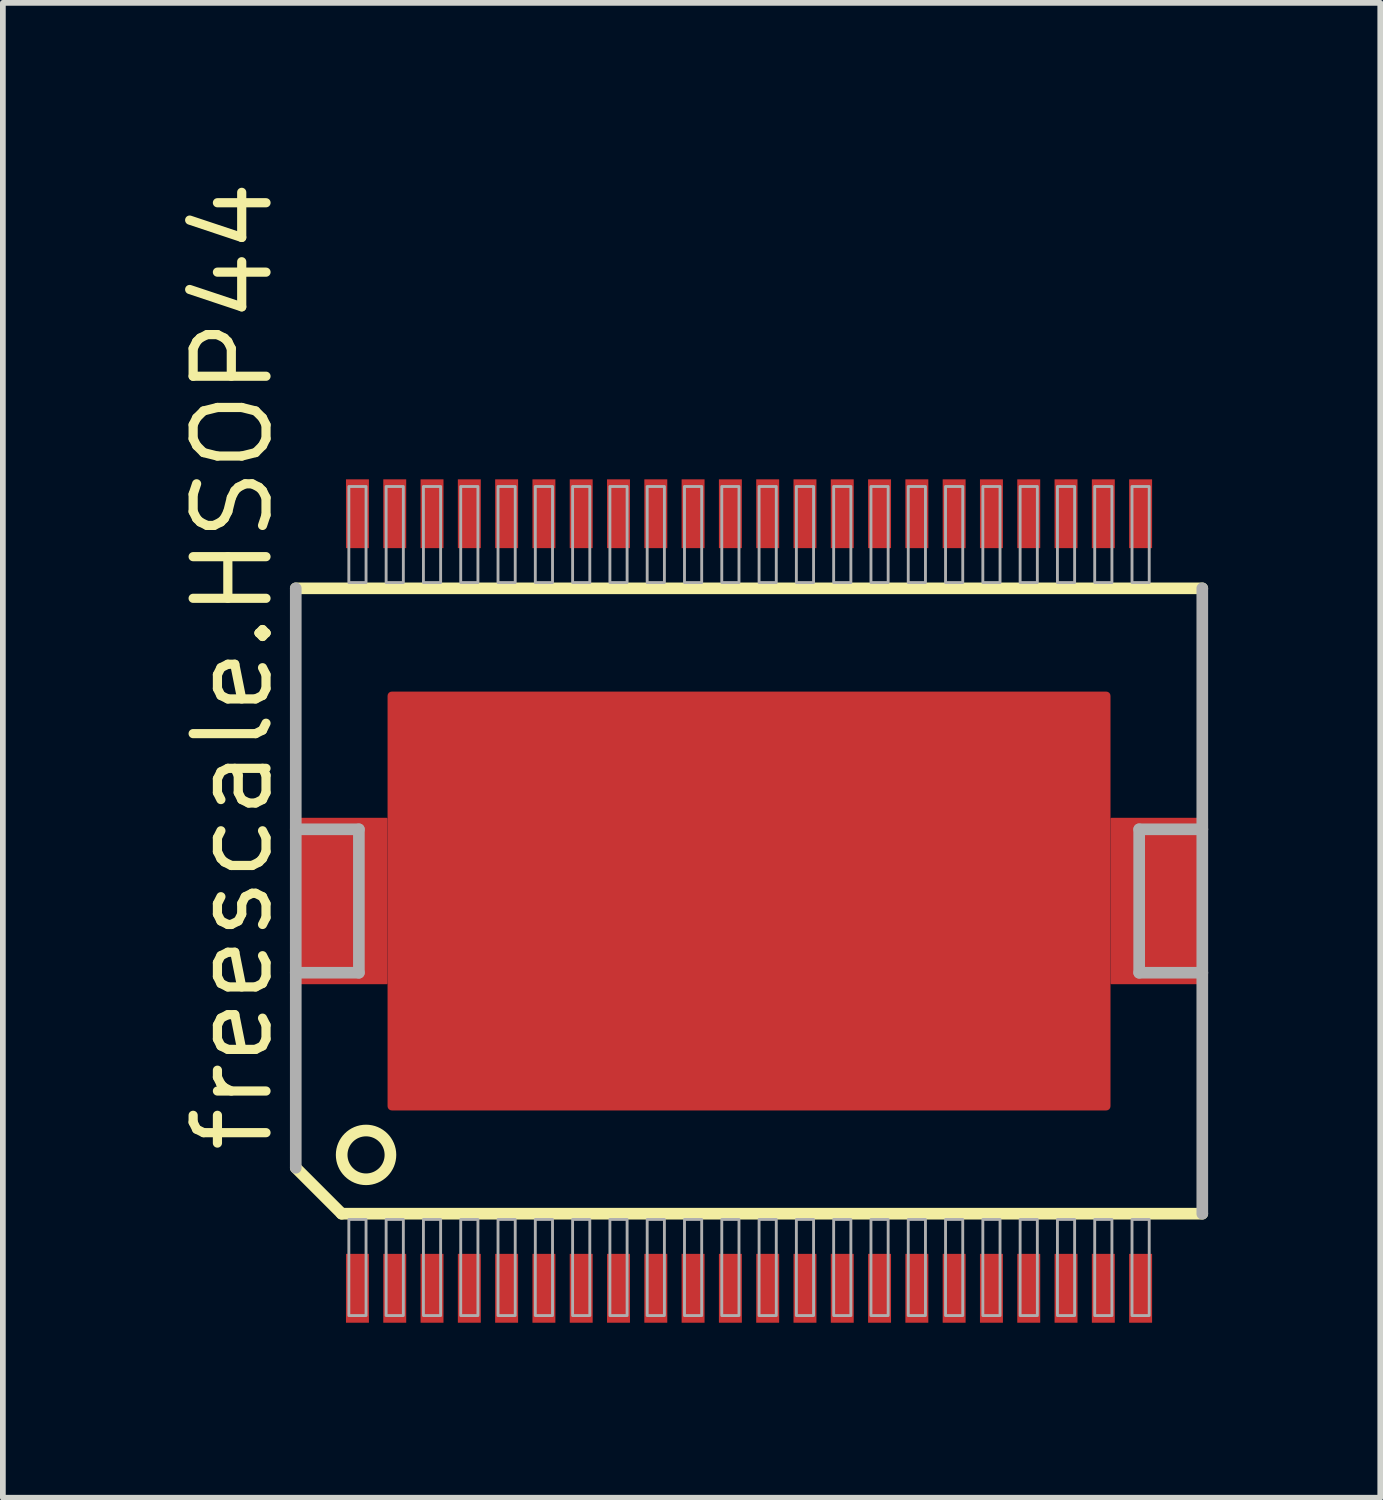
<source format=kicad_pcb>
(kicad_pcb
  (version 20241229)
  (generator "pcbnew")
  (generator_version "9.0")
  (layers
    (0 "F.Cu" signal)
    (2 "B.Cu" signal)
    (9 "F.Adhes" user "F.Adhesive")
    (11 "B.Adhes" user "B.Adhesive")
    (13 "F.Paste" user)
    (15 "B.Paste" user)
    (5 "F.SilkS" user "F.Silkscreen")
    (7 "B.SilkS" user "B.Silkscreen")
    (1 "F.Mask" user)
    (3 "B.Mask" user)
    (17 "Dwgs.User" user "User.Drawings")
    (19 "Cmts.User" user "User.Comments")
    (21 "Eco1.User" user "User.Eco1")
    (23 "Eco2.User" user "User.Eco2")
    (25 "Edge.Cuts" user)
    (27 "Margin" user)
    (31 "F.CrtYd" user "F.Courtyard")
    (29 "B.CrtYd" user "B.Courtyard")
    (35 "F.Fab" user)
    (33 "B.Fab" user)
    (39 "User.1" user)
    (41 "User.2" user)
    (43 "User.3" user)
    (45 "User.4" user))
  (footprint "freescale.HSOP44"
    (layer "F.Cu")
    (at 10.005 12.654)
    (property "Reference" "freescale.HSOP44" (at -8.255 4.445 90) (layer "F.SilkS") (effects (font (size 1.27 1.27) (thickness 0.16)) (justify left bottom)))
    (attr smd)
    (fp_rect (start -7.05 -6.125) (end -6.6 -7.375) (stroke (width 0.05) (type default)) (fill yes) (layer "F.Mask"))
    (fp_rect (start -7.05 7.375) (end -6.6 6.125) (stroke (width 0.05) (type default)) (fill yes) (layer "F.Mask"))
    (fp_rect (start -6.4 -6.125) (end -5.95 -7.375) (stroke (width 0.05) (type default)) (fill yes) (layer "F.Mask"))
    (fp_rect (start -6.4 7.375) (end -5.95 6.125) (stroke (width 0.05) (type default)) (fill yes) (layer "F.Mask"))
    (fp_rect (start -5.75 -6.125) (end -5.3 -7.375) (stroke (width 0.05) (type default)) (fill yes) (layer "F.Mask"))
    (fp_rect (start -5.75 7.375) (end -5.3 6.125) (stroke (width 0.05) (type default)) (fill yes) (layer "F.Mask"))
    (fp_rect (start -5.1 -6.125) (end -4.65 -7.375) (stroke (width 0.05) (type default)) (fill yes) (layer "F.Mask"))
    (fp_rect (start -5.1 7.375) (end -4.65 6.125) (stroke (width 0.05) (type default)) (fill yes) (layer "F.Mask"))
    (fp_rect (start -4.45 -6.125) (end -4 -7.375) (stroke (width 0.05) (type default)) (fill yes) (layer "F.Mask"))
    (fp_rect (start -4.45 7.375) (end -4 6.125) (stroke (width 0.05) (type default)) (fill yes) (layer "F.Mask"))
    (fp_rect (start -3.8 -6.125) (end -3.35 -7.375) (stroke (width 0.05) (type default)) (fill yes) (layer "F.Mask"))
    (fp_rect (start -3.8 7.375) (end -3.35 6.125) (stroke (width 0.05) (type default)) (fill yes) (layer "F.Mask"))
    (fp_rect (start -3.15 -6.125) (end -2.7 -7.375) (stroke (width 0.05) (type default)) (fill yes) (layer "F.Mask"))
    (fp_rect (start -3.15 7.375) (end -2.7 6.125) (stroke (width 0.05) (type default)) (fill yes) (layer "F.Mask"))
    (fp_rect (start -2.5 -6.125) (end -2.05 -7.375) (stroke (width 0.05) (type default)) (fill yes) (layer "F.Mask"))
    (fp_rect (start -2.5 7.375) (end -2.05 6.125) (stroke (width 0.05) (type default)) (fill yes) (layer "F.Mask"))
    (fp_rect (start -1.85 -6.125) (end -1.4 -7.375) (stroke (width 0.05) (type default)) (fill yes) (layer "F.Mask"))
    (fp_rect (start -1.85 7.375) (end -1.4 6.125) (stroke (width 0.05) (type default)) (fill yes) (layer "F.Mask"))
    (fp_rect (start -1.2 -6.125) (end -0.75 -7.375) (stroke (width 0.05) (type default)) (fill yes) (layer "F.Mask"))
    (fp_rect (start -1.2 7.375) (end -0.75 6.125) (stroke (width 0.05) (type default)) (fill yes) (layer "F.Mask"))
    (fp_rect (start -0.55 -6.125) (end -0.1 -7.375) (stroke (width 0.05) (type default)) (fill yes) (layer "F.Mask"))
    (fp_rect (start -0.55 7.375) (end -0.1 6.125) (stroke (width 0.05) (type default)) (fill yes) (layer "F.Mask"))
    (fp_rect (start 0.1 -6.125) (end 0.55 -7.375) (stroke (width 0.05) (type default)) (fill yes) (layer "F.Mask"))
    (fp_rect (start 0.1 7.375) (end 0.55 6.125) (stroke (width 0.05) (type default)) (fill yes) (layer "F.Mask"))
    (fp_rect (start 0.75 -6.125) (end 1.2 -7.375) (stroke (width 0.05) (type default)) (fill yes) (layer "F.Mask"))
    (fp_rect (start 0.75 7.375) (end 1.2 6.125) (stroke (width 0.05) (type default)) (fill yes) (layer "F.Mask"))
    (fp_rect (start 1.4 -6.125) (end 1.85 -7.375) (stroke (width 0.05) (type default)) (fill yes) (layer "F.Mask"))
    (fp_rect (start 1.4 7.375) (end 1.85 6.125) (stroke (width 0.05) (type default)) (fill yes) (layer "F.Mask"))
    (fp_rect (start 2.05 -6.125) (end 2.5 -7.375) (stroke (width 0.05) (type default)) (fill yes) (layer "F.Mask"))
    (fp_rect (start 2.05 7.375) (end 2.5 6.125) (stroke (width 0.05) (type default)) (fill yes) (layer "F.Mask"))
    (fp_rect (start 2.7 -6.125) (end 3.15 -7.375) (stroke (width 0.05) (type default)) (fill yes) (layer "F.Mask"))
    (fp_rect (start 2.7 7.375) (end 3.15 6.125) (stroke (width 0.05) (type default)) (fill yes) (layer "F.Mask"))
    (fp_rect (start 3.35 -6.125) (end 3.8 -7.375) (stroke (width 0.05) (type default)) (fill yes) (layer "F.Mask"))
    (fp_rect (start 3.35 7.375) (end 3.8 6.125) (stroke (width 0.05) (type default)) (fill yes) (layer "F.Mask"))
    (fp_rect (start 4 -6.125) (end 4.45 -7.375) (stroke (width 0.05) (type default)) (fill yes) (layer "F.Mask"))
    (fp_rect (start 4 7.375) (end 4.45 6.125) (stroke (width 0.05) (type default)) (fill yes) (layer "F.Mask"))
    (fp_rect (start 4.65 -6.125) (end 5.1 -7.375) (stroke (width 0.05) (type default)) (fill yes) (layer "F.Mask"))
    (fp_rect (start 4.65 7.375) (end 5.1 6.125) (stroke (width 0.05) (type default)) (fill yes) (layer "F.Mask"))
    (fp_rect (start 5.3 -6.125) (end 5.75 -7.375) (stroke (width 0.05) (type default)) (fill yes) (layer "F.Mask"))
    (fp_rect (start 5.3 7.375) (end 5.75 6.125) (stroke (width 0.05) (type default)) (fill yes) (layer "F.Mask"))
    (fp_rect (start 5.95 -6.125) (end 6.4 -7.375) (stroke (width 0.05) (type default)) (fill yes) (layer "F.Mask"))
    (fp_rect (start 5.95 7.375) (end 6.4 6.125) (stroke (width 0.05) (type default)) (fill yes) (layer "F.Mask"))
    (fp_rect (start 6.6 -6.125) (end 7.05 -7.375) (stroke (width 0.05) (type default)) (fill yes) (layer "F.Mask"))
    (fp_rect (start 6.6 7.375) (end 7.05 6.125) (stroke (width 0.05) (type default)) (fill yes) (layer "F.Mask"))
    (fp_line (start -7.9 -5.45) (end 7.9 -5.45) (stroke (width 0.203) (type default)) (layer "F.SilkS"))
    (fp_line (start -7.1 5.45) (end -7.9 4.65) (stroke (width 0.203) (type default)) (layer "F.SilkS"))
    (fp_line (start 7.9 5.45) (end -7.1 5.45) (stroke (width 0.203) (type default)) (layer "F.SilkS"))
    (fp_circle (center -6.675 4.425) (end -6.25 4.425) (stroke (width 0.203) (type default)) (fill no) (layer "F.SilkS"))
    (fp_line (start -7.9 -1.25) (end -7.9 -5.45) (stroke (width 0.203) (type default)) (layer "F.Fab"))
    (fp_line (start -7.9 1.25) (end -7.9 -1.25) (stroke (width 0.203) (type default)) (layer "F.Fab"))
    (fp_line (start -7.9 1.25) (end -6.8 1.25) (stroke (width 0.203) (type default)) (layer "F.Fab"))
    (fp_line (start -7.9 4.65) (end -7.9 1.25) (stroke (width 0.203) (type default)) (layer "F.Fab"))
    (fp_line (start -6.8 -1.25) (end -7.9 -1.25) (stroke (width 0.203) (type default)) (layer "F.Fab"))
    (fp_line (start -6.8 1.25) (end -6.8 -1.25) (stroke (width 0.203) (type default)) (layer "F.Fab"))
    (fp_line (start 6.8 -1.25) (end 6.8 1.25) (stroke (width 0.203) (type default)) (layer "F.Fab"))
    (fp_line (start 6.8 1.25) (end 7.9 1.25) (stroke (width 0.203) (type default)) (layer "F.Fab"))
    (fp_line (start 7.9 -5.45) (end 7.9 -1.25) (stroke (width 0.203) (type default)) (layer "F.Fab"))
    (fp_line (start 7.9 -1.25) (end 6.8 -1.25) (stroke (width 0.203) (type default)) (layer "F.Fab"))
    (fp_line (start 7.9 -1.25) (end 7.9 1.25) (stroke (width 0.203) (type default)) (layer "F.Fab"))
    (fp_line (start 7.9 1.25) (end 7.9 5.45) (stroke (width 0.203) (type default)) (layer "F.Fab"))
    (fp_rect (start -6.975 -5.55) (end -6.675 -7.225) (stroke (width 0.05) (type default)) (fill no) (layer "F.Fab"))
    (fp_rect (start -6.975 7.225) (end -6.675 5.55) (stroke (width 0.05) (type default)) (fill no) (layer "F.Fab"))
    (fp_rect (start -6.325 -5.55) (end -6.025 -7.225) (stroke (width 0.05) (type default)) (fill no) (layer "F.Fab"))
    (fp_rect (start -6.325 7.225) (end -6.025 5.55) (stroke (width 0.05) (type default)) (fill no) (layer "F.Fab"))
    (fp_rect (start -5.675 -5.55) (end -5.375 -7.225) (stroke (width 0.05) (type default)) (fill no) (layer "F.Fab"))
    (fp_rect (start -5.675 7.225) (end -5.375 5.55) (stroke (width 0.05) (type default)) (fill no) (layer "F.Fab"))
    (fp_rect (start -5.025 -5.55) (end -4.725 -7.225) (stroke (width 0.05) (type default)) (fill no) (layer "F.Fab"))
    (fp_rect (start -5.025 7.225) (end -4.725 5.55) (stroke (width 0.05) (type default)) (fill no) (layer "F.Fab"))
    (fp_rect (start -4.375 -5.55) (end -4.075 -7.225) (stroke (width 0.05) (type default)) (fill no) (layer "F.Fab"))
    (fp_rect (start -4.375 7.225) (end -4.075 5.55) (stroke (width 0.05) (type default)) (fill no) (layer "F.Fab"))
    (fp_rect (start -3.725 -5.55) (end -3.425 -7.225) (stroke (width 0.05) (type default)) (fill no) (layer "F.Fab"))
    (fp_rect (start -3.725 7.225) (end -3.425 5.55) (stroke (width 0.05) (type default)) (fill no) (layer "F.Fab"))
    (fp_rect (start -3.075 -5.55) (end -2.775 -7.225) (stroke (width 0.05) (type default)) (fill no) (layer "F.Fab"))
    (fp_rect (start -3.075 7.225) (end -2.775 5.55) (stroke (width 0.05) (type default)) (fill no) (layer "F.Fab"))
    (fp_rect (start -2.425 -5.55) (end -2.125 -7.225) (stroke (width 0.05) (type default)) (fill no) (layer "F.Fab"))
    (fp_rect (start -2.425 7.225) (end -2.125 5.55) (stroke (width 0.05) (type default)) (fill no) (layer "F.Fab"))
    (fp_rect (start -1.775 -5.55) (end -1.475 -7.225) (stroke (width 0.05) (type default)) (fill no) (layer "F.Fab"))
    (fp_rect (start -1.775 7.225) (end -1.475 5.55) (stroke (width 0.05) (type default)) (fill no) (layer "F.Fab"))
    (fp_rect (start -1.125 -5.55) (end -0.825 -7.225) (stroke (width 0.05) (type default)) (fill no) (layer "F.Fab"))
    (fp_rect (start -1.125 7.225) (end -0.825 5.55) (stroke (width 0.05) (type default)) (fill no) (layer "F.Fab"))
    (fp_rect (start -0.475 -5.55) (end -0.175 -7.225) (stroke (width 0.05) (type default)) (fill no) (layer "F.Fab"))
    (fp_rect (start -0.475 7.225) (end -0.175 5.55) (stroke (width 0.05) (type default)) (fill no) (layer "F.Fab"))
    (fp_rect (start 0.175 -5.55) (end 0.475 -7.225) (stroke (width 0.05) (type default)) (fill no) (layer "F.Fab"))
    (fp_rect (start 0.175 7.225) (end 0.475 5.55) (stroke (width 0.05) (type default)) (fill no) (layer "F.Fab"))
    (fp_rect (start 0.825 -5.55) (end 1.125 -7.225) (stroke (width 0.05) (type default)) (fill no) (layer "F.Fab"))
    (fp_rect (start 0.825 7.225) (end 1.125 5.55) (stroke (width 0.05) (type default)) (fill no) (layer "F.Fab"))
    (fp_rect (start 1.475 -5.55) (end 1.775 -7.225) (stroke (width 0.05) (type default)) (fill no) (layer "F.Fab"))
    (fp_rect (start 1.475 7.225) (end 1.775 5.55) (stroke (width 0.05) (type default)) (fill no) (layer "F.Fab"))
    (fp_rect (start 2.125 -5.55) (end 2.425 -7.225) (stroke (width 0.05) (type default)) (fill no) (layer "F.Fab"))
    (fp_rect (start 2.125 7.225) (end 2.425 5.55) (stroke (width 0.05) (type default)) (fill no) (layer "F.Fab"))
    (fp_rect (start 2.775 -5.55) (end 3.075 -7.225) (stroke (width 0.05) (type default)) (fill no) (layer "F.Fab"))
    (fp_rect (start 2.775 7.225) (end 3.075 5.55) (stroke (width 0.05) (type default)) (fill no) (layer "F.Fab"))
    (fp_rect (start 3.425 -5.55) (end 3.725 -7.225) (stroke (width 0.05) (type default)) (fill no) (layer "F.Fab"))
    (fp_rect (start 3.425 7.225) (end 3.725 5.55) (stroke (width 0.05) (type default)) (fill no) (layer "F.Fab"))
    (fp_rect (start 4.075 -5.55) (end 4.375 -7.225) (stroke (width 0.05) (type default)) (fill no) (layer "F.Fab"))
    (fp_rect (start 4.075 7.225) (end 4.375 5.55) (stroke (width 0.05) (type default)) (fill no) (layer "F.Fab"))
    (fp_rect (start 4.725 -5.55) (end 5.025 -7.225) (stroke (width 0.05) (type default)) (fill no) (layer "F.Fab"))
    (fp_rect (start 4.725 7.225) (end 5.025 5.55) (stroke (width 0.05) (type default)) (fill no) (layer "F.Fab"))
    (fp_rect (start 5.375 -5.55) (end 5.675 -7.225) (stroke (width 0.05) (type default)) (fill no) (layer "F.Fab"))
    (fp_rect (start 5.375 7.225) (end 5.675 5.55) (stroke (width 0.05) (type default)) (fill no) (layer "F.Fab"))
    (fp_rect (start 6.025 -5.55) (end 6.325 -7.225) (stroke (width 0.05) (type default)) (fill no) (layer "F.Fab"))
    (fp_rect (start 6.025 7.225) (end 6.325 5.55) (stroke (width 0.05) (type default)) (fill no) (layer "F.Fab"))
    (fp_rect (start 6.675 -5.55) (end 6.975 -7.225) (stroke (width 0.05) (type default)) (fill no) (layer "F.Fab"))
    (fp_rect (start 6.675 7.225) (end 6.975 5.55) (stroke (width 0.05) (type default)) (fill no) (layer "F.Fab"))
    (pad "1" smd roundrect (at -6.825 6.75 90) (size 1.2 0.4) (layers "F.Cu" "F.Mask" "F.Paste") (roundrect_rratio 0.01))
    (pad "2" smd roundrect (at -6.175 6.75 90) (size 1.2 0.4) (layers "F.Cu" "F.Mask" "F.Paste") (roundrect_rratio 0.01))
    (pad "3" smd roundrect (at -5.525 6.75 90) (size 1.2 0.4) (layers "F.Cu" "F.Mask" "F.Paste") (roundrect_rratio 0.01))
    (pad "4" smd roundrect (at -4.875 6.75 90) (size 1.2 0.4) (layers "F.Cu" "F.Mask" "F.Paste") (roundrect_rratio 0.01))
    (pad "5" smd roundrect (at -4.225 6.75 90) (size 1.2 0.4) (layers "F.Cu" "F.Mask" "F.Paste") (roundrect_rratio 0.01))
    (pad "6" smd roundrect (at -3.575 6.75 90) (size 1.2 0.4) (layers "F.Cu" "F.Mask" "F.Paste") (roundrect_rratio 0.01))
    (pad "7" smd roundrect (at -2.925 6.75 90) (size 1.2 0.4) (layers "F.Cu" "F.Mask" "F.Paste") (roundrect_rratio 0.01))
    (pad "8" smd roundrect (at -2.275 6.75 90) (size 1.2 0.4) (layers "F.Cu" "F.Mask" "F.Paste") (roundrect_rratio 0.01))
    (pad "9" smd roundrect (at -1.625 6.75 90) (size 1.2 0.4) (layers "F.Cu" "F.Mask" "F.Paste") (roundrect_rratio 0.01))
    (pad "10" smd roundrect (at -0.975 6.75 90) (size 1.2 0.4) (layers "F.Cu" "F.Mask" "F.Paste") (roundrect_rratio 0.01))
    (pad "11" smd roundrect (at -0.325 6.75 90) (size 1.2 0.4) (layers "F.Cu" "F.Mask" "F.Paste") (roundrect_rratio 0.01))
    (pad "12" smd roundrect (at 0.325 6.75 90) (size 1.2 0.4) (layers "F.Cu" "F.Mask" "F.Paste") (roundrect_rratio 0.01))
    (pad "13" smd roundrect (at 0.975 6.75 90) (size 1.2 0.4) (layers "F.Cu" "F.Mask" "F.Paste") (roundrect_rratio 0.01))
    (pad "14" smd roundrect (at 1.625 6.75 90) (size 1.2 0.4) (layers "F.Cu" "F.Mask" "F.Paste") (roundrect_rratio 0.01))
    (pad "15" smd roundrect (at 2.275 6.75 90) (size 1.2 0.4) (layers "F.Cu" "F.Mask" "F.Paste") (roundrect_rratio 0.01))
    (pad "16" smd roundrect (at 2.925 6.75 90) (size 1.2 0.4) (layers "F.Cu" "F.Mask" "F.Paste") (roundrect_rratio 0.01))
    (pad "17" smd roundrect (at 3.575 6.75 90) (size 1.2 0.4) (layers "F.Cu" "F.Mask" "F.Paste") (roundrect_rratio 0.01))
    (pad "18" smd roundrect (at 4.225 6.75 90) (size 1.2 0.4) (layers "F.Cu" "F.Mask" "F.Paste") (roundrect_rratio 0.01))
    (pad "19" smd roundrect (at 4.875 6.75 90) (size 1.2 0.4) (layers "F.Cu" "F.Mask" "F.Paste") (roundrect_rratio 0.01))
    (pad "20" smd roundrect (at 5.525 6.75 90) (size 1.2 0.4) (layers "F.Cu" "F.Mask" "F.Paste") (roundrect_rratio 0.01))
    (pad "21" smd roundrect (at 6.175 6.75 90) (size 1.2 0.4) (layers "F.Cu" "F.Mask" "F.Paste") (roundrect_rratio 0.01))
    (pad "22" smd roundrect (at 6.825 6.75 90) (size 1.2 0.4) (layers "F.Cu" "F.Mask" "F.Paste") (roundrect_rratio 0.01))
    (pad "23" smd roundrect (at 6.825 -6.75 270) (size 1.2 0.4) (layers "F.Cu" "F.Mask" "F.Paste") (roundrect_rratio 0.01))
    (pad "24" smd roundrect (at 6.175 -6.75 270) (size 1.2 0.4) (layers "F.Cu" "F.Mask" "F.Paste") (roundrect_rratio 0.01))
    (pad "25" smd roundrect (at 5.525 -6.75 270) (size 1.2 0.4) (layers "F.Cu" "F.Mask" "F.Paste") (roundrect_rratio 0.01))
    (pad "26" smd roundrect (at 4.875 -6.75 270) (size 1.2 0.4) (layers "F.Cu" "F.Mask" "F.Paste") (roundrect_rratio 0.01))
    (pad "27" smd roundrect (at 4.225 -6.75 270) (size 1.2 0.4) (layers "F.Cu" "F.Mask" "F.Paste") (roundrect_rratio 0.01))
    (pad "28" smd roundrect (at 3.575 -6.75 270) (size 1.2 0.4) (layers "F.Cu" "F.Mask" "F.Paste") (roundrect_rratio 0.01))
    (pad "29" smd roundrect (at 2.925 -6.75 270) (size 1.2 0.4) (layers "F.Cu" "F.Mask" "F.Paste") (roundrect_rratio 0.01))
    (pad "30" smd roundrect (at 2.275 -6.75 270) (size 1.2 0.4) (layers "F.Cu" "F.Mask" "F.Paste") (roundrect_rratio 0.01))
    (pad "31" smd roundrect (at 1.625 -6.75 270) (size 1.2 0.4) (layers "F.Cu" "F.Mask" "F.Paste") (roundrect_rratio 0.01))
    (pad "32" smd roundrect (at 0.975 -6.75 270) (size 1.2 0.4) (layers "F.Cu" "F.Mask" "F.Paste") (roundrect_rratio 0.01))
    (pad "33" smd roundrect (at 0.325 -6.75 270) (size 1.2 0.4) (layers "F.Cu" "F.Mask" "F.Paste") (roundrect_rratio 0.01))
    (pad "34" smd roundrect (at -0.325 -6.75 270) (size 1.2 0.4) (layers "F.Cu" "F.Mask" "F.Paste") (roundrect_rratio 0.01))
    (pad "35" smd roundrect (at -0.975 -6.75 270) (size 1.2 0.4) (layers "F.Cu" "F.Mask" "F.Paste") (roundrect_rratio 0.01))
    (pad "36" smd roundrect (at -1.625 -6.75 270) (size 1.2 0.4) (layers "F.Cu" "F.Mask" "F.Paste") (roundrect_rratio 0.01))
    (pad "37" smd roundrect (at -2.275 -6.75 270) (size 1.2 0.4) (layers "F.Cu" "F.Mask" "F.Paste") (roundrect_rratio 0.01))
    (pad "38" smd roundrect (at -2.925 -6.75 270) (size 1.2 0.4) (layers "F.Cu" "F.Mask" "F.Paste") (roundrect_rratio 0.01))
    (pad "39" smd roundrect (at -3.575 -6.75 270) (size 1.2 0.4) (layers "F.Cu" "F.Mask" "F.Paste") (roundrect_rratio 0.01))
    (pad "40" smd roundrect (at -4.225 -6.75 270) (size 1.2 0.4) (layers "F.Cu" "F.Mask" "F.Paste") (roundrect_rratio 0.01))
    (pad "41" smd roundrect (at -4.875 -6.75 270) (size 1.2 0.4) (layers "F.Cu" "F.Mask" "F.Paste") (roundrect_rratio 0.01))
    (pad "42" smd roundrect (at -5.525 -6.75 270) (size 1.2 0.4) (layers "F.Cu" "F.Mask" "F.Paste") (roundrect_rratio 0.01))
    (pad "43" smd roundrect (at -6.175 -6.75 270) (size 1.2 0.4) (layers "F.Cu" "F.Mask" "F.Paste") (roundrect_rratio 0.01))
    (pad "44" smd roundrect (at -6.825 -6.75 270) (size 1.2 0.4) (layers "F.Cu" "F.Mask" "F.Paste") (roundrect_rratio 0.01))
    (pad "EH@1" smd roundrect (at 0 0) (size 12.6 7.3) (layers "F.Cu" "F.Mask" "F.Paste") (roundrect_rratio 0.01))
    (pad "EH@2" smd roundrect (at -7.15 0) (size 1.7 2.9) (layers "F.Cu" "F.Mask" "F.Paste") (roundrect_rratio 0.01))
    (pad "EH@3" smd roundrect (at 7.15 0) (size 1.7 2.9) (layers "F.Cu" "F.Mask" "F.Paste") (roundrect_rratio 0.01)))
  (gr_rect
    (start -3 -3)
    (end 21.007 23.054)
    (stroke (width 0.1) (type default))
    (fill no)
    (layer "Edge.Cuts")))
</source>
